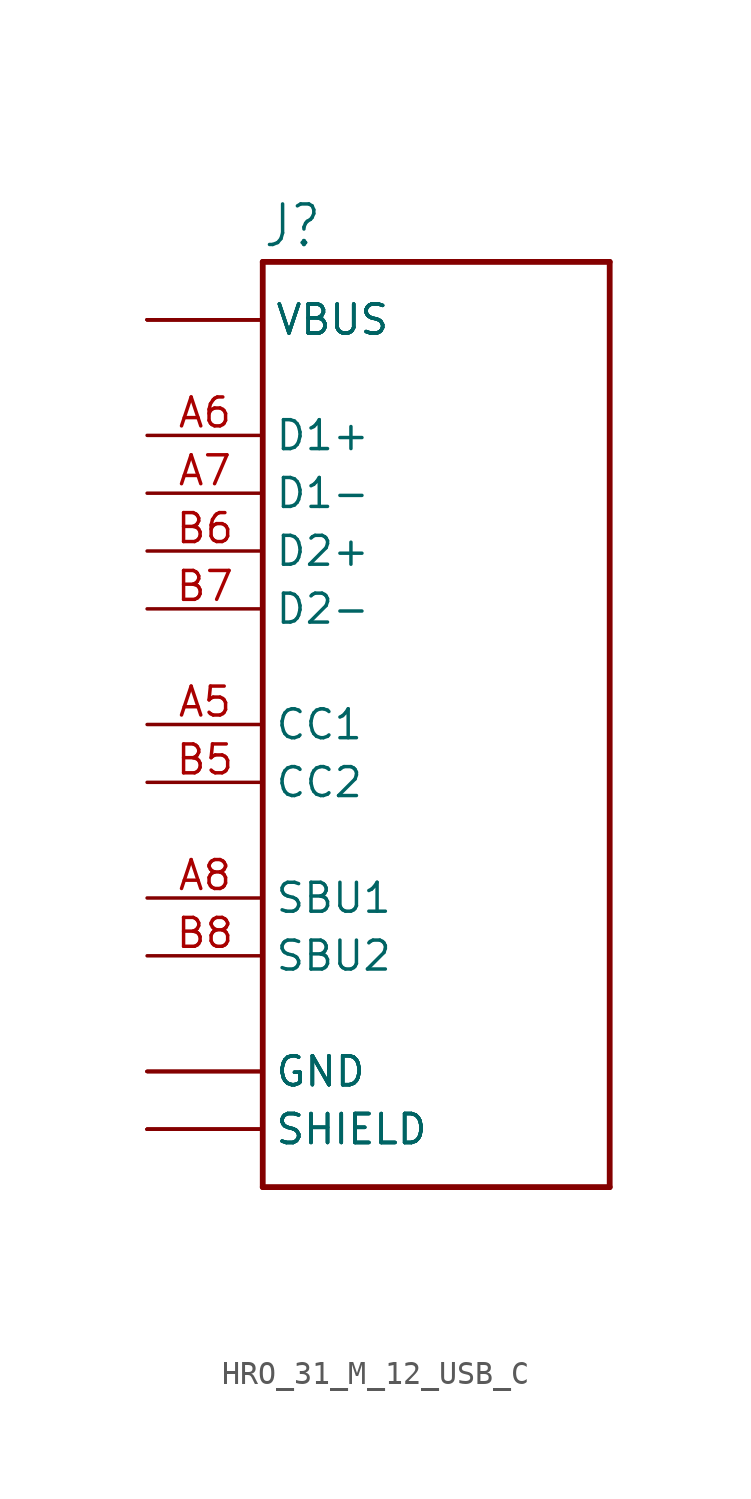
<source format=kicad_sym>
(kicad_symbol_lib
  (version 20220914)
  (generator kicad_symbol_editor)
  (symbol "HRO_31_M_12_USB_C"
    (property "Reference" "J"
      (at -7.641 20.86 0)
      (effects (font (size 1.781 1.514)) (justify left bottom)))
    (property "Value" ""
      (at -7.646 -22.907 0)
      (effects (font (size 1.782 1.514)) (justify left bottom)))
    (property "ki_locked" ""
      (at 0 0 0)
      (effects (font (size 1.27 1.27))))
    (symbol "HRO_31_M_12_USB_C_1_0"
      (polyline (pts (xy -7.62 -20.32) (xy -7.62 20.32)) (stroke (width 0.254) (type solid)) (fill (type none)))
      (polyline (pts (xy -7.62 20.32) (xy 7.62 20.32)) (stroke (width 0.254) (type solid)) (fill (type none)))
      (polyline (pts (xy 7.62 -20.32) (xy -7.62 -20.32)) (stroke (width 0.254) (type solid)) (fill (type none)))
      (polyline (pts (xy 7.62 20.32) (xy 7.62 -20.32)) (stroke (width 0.254) (type solid)) (fill (type none)))
      (pin passive line (at -12.7 -15.24 0) (length 5.08) (name "GND" (effects (font (size 1.27 1.27)))) (number "A1" (effects (font (size 0 0)))))
      (pin passive line (at -12.7 -15.24 0) (length 5.08) (name "GND" (effects (font (size 1.27 1.27)))) (number "A12" (effects (font (size 0 0)))))
      (pin passive line (at -12.7 17.78 0) (length 5.08) (name "VBUS" (effects (font (size 1.27 1.27)))) (number "A4" (effects (font (size 0 0)))))
      (pin passive line (at -12.7 0 0) (length 5.08) (name "CC1" (effects (font (size 1.27 1.27)))) (number "A5" (effects (font (size 1.27 1.27)))))
      (pin passive line (at -12.7 12.7 0) (length 5.08) (name "D1+" (effects (font (size 1.27 1.27)))) (number "A6" (effects (font (size 1.27 1.27)))))
      (pin passive line (at -12.7 10.16 0) (length 5.08) (name "D1-" (effects (font (size 1.27 1.27)))) (number "A7" (effects (font (size 1.27 1.27)))))
      (pin passive line (at -12.7 -7.62 0) (length 5.08) (name "SBU1" (effects (font (size 1.27 1.27)))) (number "A8" (effects (font (size 1.27 1.27)))))
      (pin passive line (at -12.7 17.78 0) (length 5.08) (name "VBUS" (effects (font (size 1.27 1.27)))) (number "A9" (effects (font (size 0 0)))))
      (pin passive line (at -12.7 -15.24 0) (length 5.08) (name "GND" (effects (font (size 1.27 1.27)))) (number "B1" (effects (font (size 0 0)))))
      (pin passive line (at -12.7 -15.24 0) (length 5.08) (name "GND" (effects (font (size 1.27 1.27)))) (number "B12" (effects (font (size 0 0)))))
      (pin passive line (at -12.7 17.78 0) (length 5.08) (name "VBUS" (effects (font (size 1.27 1.27)))) (number "B4" (effects (font (size 0 0)))))
      (pin passive line (at -12.7 -2.54 0) (length 5.08) (name "CC2" (effects (font (size 1.27 1.27)))) (number "B5" (effects (font (size 1.27 1.27)))))
      (pin passive line (at -12.7 7.62 0) (length 5.08) (name "D2+" (effects (font (size 1.27 1.27)))) (number "B6" (effects (font (size 1.27 1.27)))))
      (pin passive line (at -12.7 5.08 0) (length 5.08) (name "D2-" (effects (font (size 1.27 1.27)))) (number "B7" (effects (font (size 1.27 1.27)))))
      (pin passive line (at -12.7 -10.16 0) (length 5.08) (name "SBU2" (effects (font (size 1.27 1.27)))) (number "B8" (effects (font (size 1.27 1.27)))))
      (pin passive line (at -12.7 17.78 0) (length 5.08) (name "VBUS" (effects (font (size 1.27 1.27)))) (number "B9" (effects (font (size 0 0)))))
      (pin passive line (at -12.7 -17.78 0) (length 5.08) (name "SHIELD" (effects (font (size 1.27 1.27)))) (number "S1" (effects (font (size 0 0)))))
      (pin passive line (at -12.7 -17.78 0) (length 5.08) (name "SHIELD" (effects (font (size 1.27 1.27)))) (number "S2" (effects (font (size 0 0)))))
      (pin passive line (at -12.7 -17.78 0) (length 5.08) (name "SHIELD" (effects (font (size 1.27 1.27)))) (number "S3" (effects (font (size 0 0)))))
      (pin passive line (at -12.7 -17.78 0) (length 5.08) (name "SHIELD" (effects (font (size 1.27 1.27)))) (number "S4" (effects (font (size 0 0))))))))
</source>
